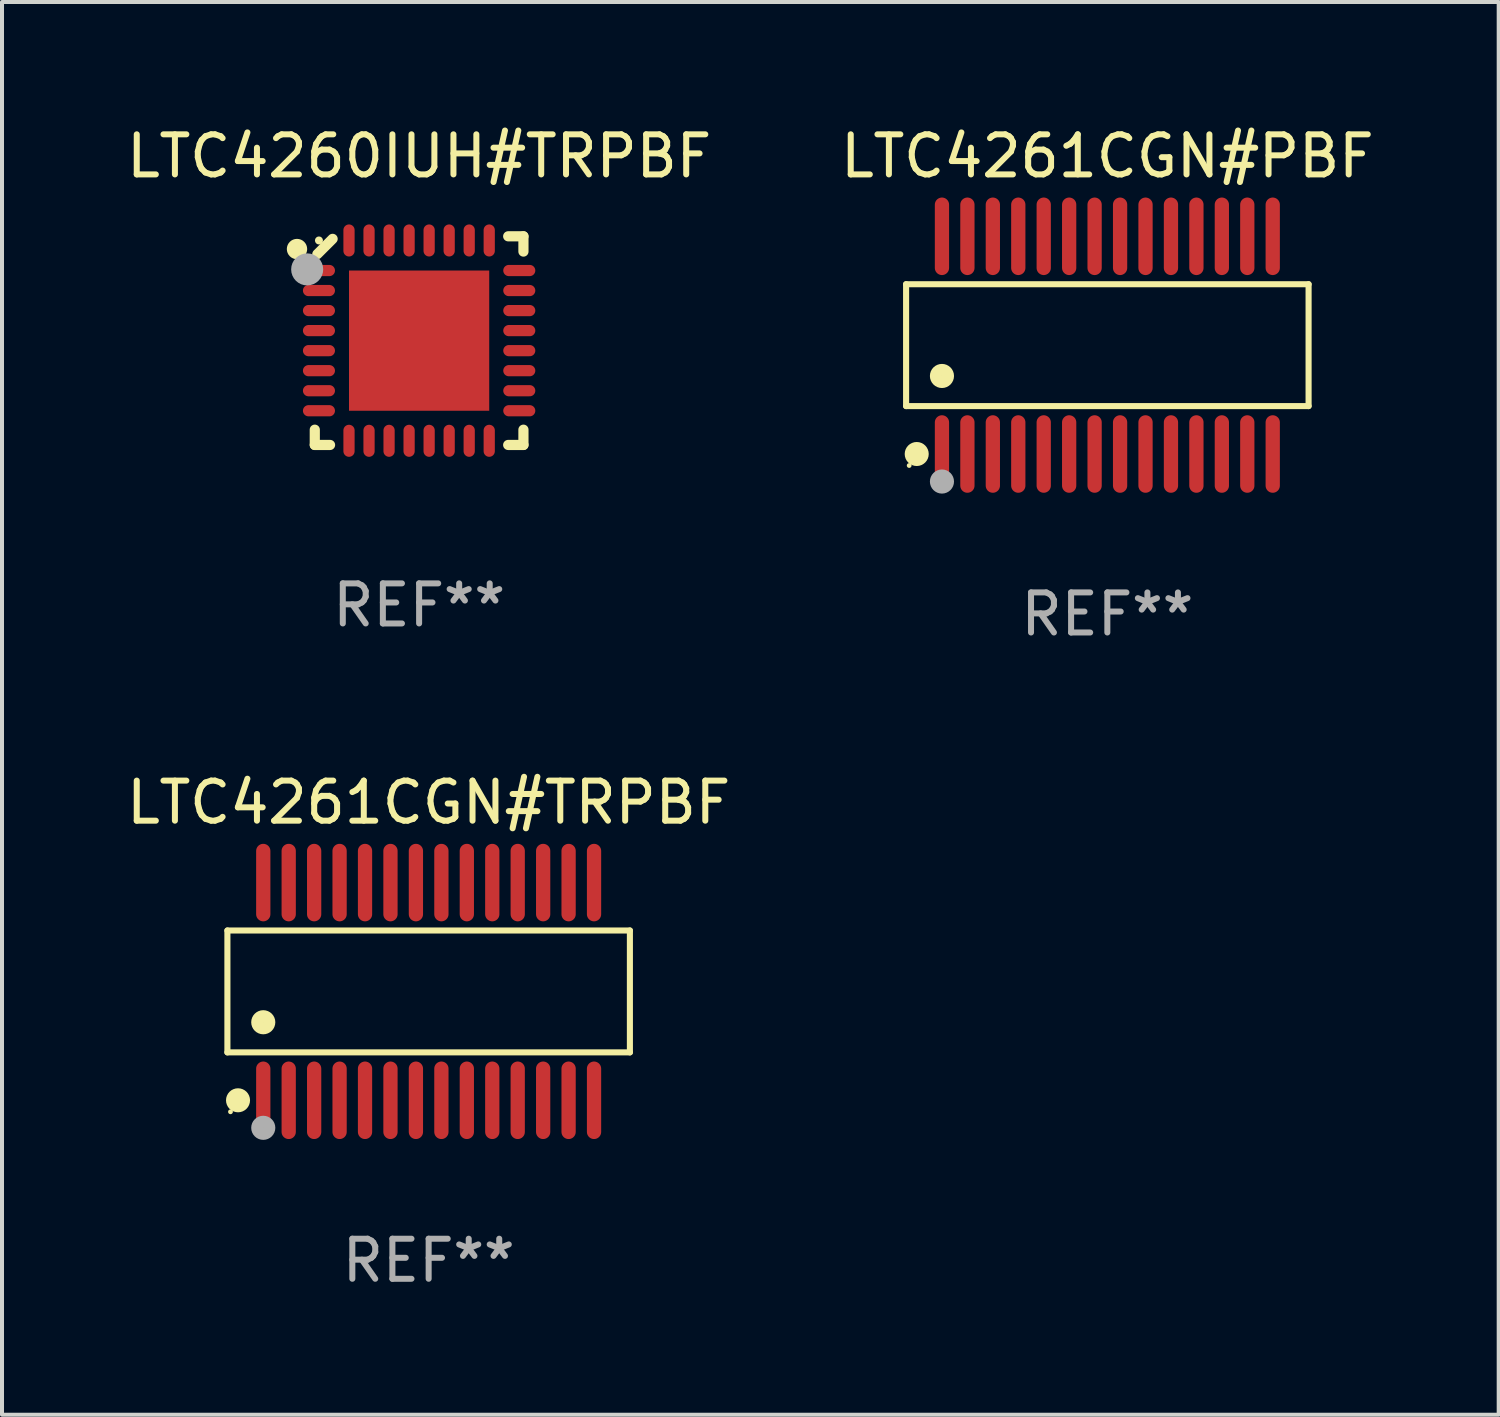
<source format=kicad_pcb>
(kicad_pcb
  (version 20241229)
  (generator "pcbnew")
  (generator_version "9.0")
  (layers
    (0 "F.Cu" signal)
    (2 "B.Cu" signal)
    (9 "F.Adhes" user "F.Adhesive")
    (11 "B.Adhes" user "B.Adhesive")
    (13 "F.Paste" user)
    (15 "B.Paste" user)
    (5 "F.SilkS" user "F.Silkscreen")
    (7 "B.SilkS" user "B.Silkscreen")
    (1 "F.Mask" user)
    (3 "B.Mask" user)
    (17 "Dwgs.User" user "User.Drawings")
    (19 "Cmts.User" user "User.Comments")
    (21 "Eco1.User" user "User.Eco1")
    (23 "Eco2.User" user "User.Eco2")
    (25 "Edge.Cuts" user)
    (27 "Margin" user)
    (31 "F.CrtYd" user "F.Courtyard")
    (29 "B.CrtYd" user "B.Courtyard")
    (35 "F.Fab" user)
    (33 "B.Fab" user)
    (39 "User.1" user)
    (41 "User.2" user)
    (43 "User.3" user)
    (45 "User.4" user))
  (footprint "LTC4261CGN#TRPBF"
    (layer "F.Cu")
    (at 7.649 21.696)
    (property "Reference" "LTC4261CGN#TRPBF" (at 0 -4.717 0) (layer "F.SilkS") (effects (font (size 1 1) (thickness 0.15))))
    (attr through_hole)
    (fp_line (start -5.023 -1.521) (end 5.023 -1.521) (stroke (width 0.152) (type solid)) (layer "F.SilkS"))
    (fp_line (start -5.023 1.521) (end -5.023 -1.521) (stroke (width 0.152) (type solid)) (layer "F.SilkS"))
    (fp_line (start 5.023 -1.521) (end 5.023 1.521) (stroke (width 0.152) (type solid)) (layer "F.SilkS"))
    (fp_line (start 5.023 1.521) (end -5.023 1.521) (stroke (width 0.152) (type solid)) (layer "F.SilkS"))
    (fp_circle (center -4.946 3.004) (end -4.916 3.004) (stroke (width 0.06) (type solid)) (fill no) (layer "F.SilkS"))
    (fp_circle (center -4.758 2.717) (end -4.608 2.717) (stroke (width 0.3) (type solid)) (fill no) (layer "F.SilkS"))
    (fp_circle (center -4.128 0.769) (end -3.977 0.769) (stroke (width 0.3) (type solid)) (fill no) (layer "F.SilkS"))
    (fp_circle (center -4.128 3.404) (end -3.977 3.404) (stroke (width 0.3) (type solid)) (fill no) (layer "F.Fab"))
    (fp_text user "REF**" (at 0 6.717 0) (layer "F.Fab") (effects (font (size 1 1) (thickness 0.15))))
    (pad "1" smd oval (at -4.128 2.717) (size 0.356 1.935) (layers "F.Cu" "F.Mask" "F.Paste"))
    (pad "2" smd oval (at -3.493 2.717) (size 0.356 1.935) (layers "F.Cu" "F.Mask" "F.Paste"))
    (pad "3" smd oval (at -2.858 2.717) (size 0.356 1.935) (layers "F.Cu" "F.Mask" "F.Paste"))
    (pad "4" smd oval (at -2.223 2.717) (size 0.356 1.935) (layers "F.Cu" "F.Mask" "F.Paste"))
    (pad "5" smd oval (at -1.588 2.717) (size 0.356 1.935) (layers "F.Cu" "F.Mask" "F.Paste"))
    (pad "6" smd oval (at -0.953 2.717) (size 0.356 1.935) (layers "F.Cu" "F.Mask" "F.Paste"))
    (pad "7" smd oval (at -0.318 2.717) (size 0.356 1.935) (layers "F.Cu" "F.Mask" "F.Paste"))
    (pad "8" smd oval (at 0.318 2.717) (size 0.356 1.935) (layers "F.Cu" "F.Mask" "F.Paste"))
    (pad "9" smd oval (at 0.953 2.717) (size 0.356 1.935) (layers "F.Cu" "F.Mask" "F.Paste"))
    (pad "10" smd oval (at 1.588 2.717) (size 0.356 1.935) (layers "F.Cu" "F.Mask" "F.Paste"))
    (pad "11" smd oval (at 2.223 2.717) (size 0.356 1.935) (layers "F.Cu" "F.Mask" "F.Paste"))
    (pad "12" smd oval (at 2.858 2.717) (size 0.356 1.935) (layers "F.Cu" "F.Mask" "F.Paste"))
    (pad "13" smd oval (at 3.493 2.717) (size 0.356 1.935) (layers "F.Cu" "F.Mask" "F.Paste"))
    (pad "14" smd oval (at 4.128 2.717) (size 0.356 1.935) (layers "F.Cu" "F.Mask" "F.Paste"))
    (pad "15" smd oval (at 4.128 -2.717) (size 0.356 1.935) (layers "F.Cu" "F.Mask" "F.Paste"))
    (pad "16" smd oval (at 3.493 -2.717) (size 0.356 1.935) (layers "F.Cu" "F.Mask" "F.Paste"))
    (pad "17" smd oval (at 2.858 -2.717) (size 0.356 1.935) (layers "F.Cu" "F.Mask" "F.Paste"))
    (pad "18" smd oval (at 2.223 -2.717) (size 0.356 1.935) (layers "F.Cu" "F.Mask" "F.Paste"))
    (pad "19" smd oval (at 1.588 -2.717) (size 0.356 1.935) (layers "F.Cu" "F.Mask" "F.Paste"))
    (pad "20" smd oval (at 0.953 -2.717) (size 0.356 1.935) (layers "F.Cu" "F.Mask" "F.Paste"))
    (pad "21" smd oval (at 0.318 -2.717) (size 0.356 1.935) (layers "F.Cu" "F.Mask" "F.Paste"))
    (pad "22" smd oval (at -0.318 -2.717) (size 0.356 1.935) (layers "F.Cu" "F.Mask" "F.Paste"))
    (pad "23" smd oval (at -0.953 -2.717) (size 0.356 1.935) (layers "F.Cu" "F.Mask" "F.Paste"))
    (pad "24" smd oval (at -1.588 -2.717) (size 0.356 1.935) (layers "F.Cu" "F.Mask" "F.Paste"))
    (pad "25" smd oval (at -2.223 -2.717) (size 0.356 1.935) (layers "F.Cu" "F.Mask" "F.Paste"))
    (pad "26" smd oval (at -2.858 -2.717) (size 0.356 1.935) (layers "F.Cu" "F.Mask" "F.Paste"))
    (pad "27" smd oval (at -3.493 -2.717) (size 0.356 1.935) (layers "F.Cu" "F.Mask" "F.Paste"))
    (pad "28" smd oval (at -4.128 -2.717) (size 0.356 1.935) (layers "F.Cu" "F.Mask" "F.Paste")))
  (footprint "LTC4260IUH#TRPBF"
    (layer "F.Cu")
    (at 7.411 5.452)
    (property "Reference" "LTC4260IUH#TRPBF" (at 0 -4.604 0) (layer "F.SilkS") (effects (font (size 1 1) (thickness 0.15))))
    (attr through_hole)
    (fp_line (start -2.604 2.223) (end -2.604 2.604) (stroke (width 0.254) (type solid)) (layer "F.SilkS"))
    (fp_line (start -2.604 2.604) (end -2.223 2.604) (stroke (width 0.254) (type solid)) (layer "F.SilkS"))
    (fp_line (start -2.159 -2.54) (end -2.54 -2.159) (stroke (width 0.254) (type solid)) (layer "F.SilkS"))
    (fp_line (start 2.223 2.604) (end 2.604 2.604) (stroke (width 0.254) (type solid)) (layer "F.SilkS"))
    (fp_line (start 2.604 -2.604) (end 2.223 -2.604) (stroke (width 0.254) (type solid)) (layer "F.SilkS"))
    (fp_line (start 2.604 -2.223) (end 2.604 -2.604) (stroke (width 0.254) (type solid)) (layer "F.SilkS"))
    (fp_line (start 2.604 2.604) (end 2.604 2.223) (stroke (width 0.254) (type solid)) (layer "F.SilkS"))
    (fp_circle (center -3.048 -2.286) (end -2.921 -2.286) (stroke (width 0.254) (type solid)) (fill no) (layer "F.SilkS"))
    (fp_circle (center -2.5 -2.5) (end -2.45 -2.5) (stroke (width 0.1) (type solid)) (fill no) (layer "F.SilkS"))
    (fp_circle (center -2.794 -1.778) (end -2.594 -1.778) (stroke (width 0.4) (type solid)) (fill no) (layer "F.Fab"))
    (fp_text user "REF**" (at 0 6.604 0) (layer "F.Fab") (effects (font (size 1 1) (thickness 0.15))))
    (pad "1" smd oval (at -2.5 -1.75) (size 0.8 0.28) (layers "F.Cu" "F.Mask" "F.Paste"))
    (pad "2" smd oval (at -2.5 -1.25) (size 0.8 0.28) (layers "F.Cu" "F.Mask" "F.Paste"))
    (pad "3" smd oval (at -2.5 -0.75) (size 0.8 0.28) (layers "F.Cu" "F.Mask" "F.Paste"))
    (pad "4" smd oval (at -2.5 -0.25) (size 0.8 0.28) (layers "F.Cu" "F.Mask" "F.Paste"))
    (pad "5" smd oval (at -2.5 0.25) (size 0.8 0.28) (layers "F.Cu" "F.Mask" "F.Paste"))
    (pad "6" smd oval (at -2.5 0.75) (size 0.8 0.28) (layers "F.Cu" "F.Mask" "F.Paste"))
    (pad "7" smd oval (at -2.5 1.25) (size 0.8 0.28) (layers "F.Cu" "F.Mask" "F.Paste"))
    (pad "8" smd oval (at -2.5 1.75) (size 0.8 0.28) (layers "F.Cu" "F.Mask" "F.Paste"))
    (pad "9" smd oval (at -1.75 2.5) (size 0.28 0.8) (layers "F.Cu" "F.Mask" "F.Paste"))
    (pad "10" smd oval (at -1.25 2.5) (size 0.28 0.8) (layers "F.Cu" "F.Mask" "F.Paste"))
    (pad "11" smd oval (at -0.75 2.5) (size 0.28 0.8) (layers "F.Cu" "F.Mask" "F.Paste"))
    (pad "12" smd oval (at -0.25 2.5) (size 0.28 0.8) (layers "F.Cu" "F.Mask" "F.Paste"))
    (pad "13" smd oval (at 0.25 2.5) (size 0.28 0.8) (layers "F.Cu" "F.Mask" "F.Paste"))
    (pad "14" smd oval (at 0.75 2.5) (size 0.28 0.8) (layers "F.Cu" "F.Mask" "F.Paste"))
    (pad "15" smd oval (at 1.25 2.5) (size 0.28 0.8) (layers "F.Cu" "F.Mask" "F.Paste"))
    (pad "16" smd oval (at 1.75 2.5) (size 0.28 0.8) (layers "F.Cu" "F.Mask" "F.Paste"))
    (pad "17" smd oval (at 2.5 1.75) (size 0.8 0.28) (layers "F.Cu" "F.Mask" "F.Paste"))
    (pad "18" smd oval (at 2.5 1.25) (size 0.8 0.28) (layers "F.Cu" "F.Mask" "F.Paste"))
    (pad "19" smd oval (at 2.5 0.75) (size 0.8 0.28) (layers "F.Cu" "F.Mask" "F.Paste"))
    (pad "20" smd oval (at 2.5 0.25) (size 0.8 0.28) (layers "F.Cu" "F.Mask" "F.Paste"))
    (pad "21" smd oval (at 2.5 -0.25) (size 0.8 0.28) (layers "F.Cu" "F.Mask" "F.Paste"))
    (pad "22" smd oval (at 2.5 -0.75) (size 0.8 0.28) (layers "F.Cu" "F.Mask" "F.Paste"))
    (pad "23" smd oval (at 2.5 -1.25) (size 0.8 0.28) (layers "F.Cu" "F.Mask" "F.Paste"))
    (pad "24" smd oval (at 2.5 -1.75) (size 0.8 0.28) (layers "F.Cu" "F.Mask" "F.Paste"))
    (pad "25" smd oval (at 1.75 -2.5) (size 0.28 0.8) (layers "F.Cu" "F.Mask" "F.Paste"))
    (pad "26" smd oval (at 1.25 -2.5) (size 0.28 0.8) (layers "F.Cu" "F.Mask" "F.Paste"))
    (pad "27" smd oval (at 0.75 -2.5) (size 0.28 0.8) (layers "F.Cu" "F.Mask" "F.Paste"))
    (pad "28" smd oval (at 0.25 -2.5) (size 0.28 0.8) (layers "F.Cu" "F.Mask" "F.Paste"))
    (pad "29" smd oval (at -0.25 -2.5) (size 0.28 0.8) (layers "F.Cu" "F.Mask" "F.Paste"))
    (pad "30" smd oval (at -0.75 -2.5) (size 0.28 0.8) (layers "F.Cu" "F.Mask" "F.Paste"))
    (pad "31" smd oval (at -1.25 -2.5) (size 0.28 0.8) (layers "F.Cu" "F.Mask" "F.Paste"))
    (pad "32" smd oval (at -1.75 -2.5) (size 0.28 0.8) (layers "F.Cu" "F.Mask" "F.Paste"))
    (pad "33" smd rect (at 0.000076 0.000076) (size 3.5 3.5) (layers "F.Cu" "F.Mask" "F.Paste")))
  (footprint "LTC4261CGN#PBF"
    (layer "F.Cu")
    (at 24.589 5.565)
    (property "Reference" "LTC4261CGN#PBF" (at 0 -4.717 0) (layer "F.SilkS") (effects (font (size 1 1) (thickness 0.15))))
    (attr through_hole)
    (fp_line (start -5.023 -1.521) (end 5.023 -1.521) (stroke (width 0.152) (type solid)) (layer "F.SilkS"))
    (fp_line (start -5.023 1.521) (end -5.023 -1.521) (stroke (width 0.152) (type solid)) (layer "F.SilkS"))
    (fp_line (start 5.023 -1.521) (end 5.023 1.521) (stroke (width 0.152) (type solid)) (layer "F.SilkS"))
    (fp_line (start 5.023 1.521) (end -5.023 1.521) (stroke (width 0.152) (type solid)) (layer "F.SilkS"))
    (fp_circle (center -4.946 3.004) (end -4.916 3.004) (stroke (width 0.06) (type solid)) (fill no) (layer "F.SilkS"))
    (fp_circle (center -4.758 2.717) (end -4.608 2.717) (stroke (width 0.3) (type solid)) (fill no) (layer "F.SilkS"))
    (fp_circle (center -4.128 0.769) (end -3.977 0.769) (stroke (width 0.3) (type solid)) (fill no) (layer "F.SilkS"))
    (fp_circle (center -4.128 3.404) (end -3.977 3.404) (stroke (width 0.3) (type solid)) (fill no) (layer "F.Fab"))
    (fp_text user "REF**" (at 0 6.717 0) (layer "F.Fab") (effects (font (size 1 1) (thickness 0.15))))
    (pad "1" smd oval (at -4.128 2.717) (size 0.356 1.935) (layers "F.Cu" "F.Mask" "F.Paste"))
    (pad "2" smd oval (at -3.493 2.717) (size 0.356 1.935) (layers "F.Cu" "F.Mask" "F.Paste"))
    (pad "3" smd oval (at -2.858 2.717) (size 0.356 1.935) (layers "F.Cu" "F.Mask" "F.Paste"))
    (pad "4" smd oval (at -2.223 2.717) (size 0.356 1.935) (layers "F.Cu" "F.Mask" "F.Paste"))
    (pad "5" smd oval (at -1.588 2.717) (size 0.356 1.935) (layers "F.Cu" "F.Mask" "F.Paste"))
    (pad "6" smd oval (at -0.953 2.717) (size 0.356 1.935) (layers "F.Cu" "F.Mask" "F.Paste"))
    (pad "7" smd oval (at -0.318 2.717) (size 0.356 1.935) (layers "F.Cu" "F.Mask" "F.Paste"))
    (pad "8" smd oval (at 0.318 2.717) (size 0.356 1.935) (layers "F.Cu" "F.Mask" "F.Paste"))
    (pad "9" smd oval (at 0.953 2.717) (size 0.356 1.935) (layers "F.Cu" "F.Mask" "F.Paste"))
    (pad "10" smd oval (at 1.588 2.717) (size 0.356 1.935) (layers "F.Cu" "F.Mask" "F.Paste"))
    (pad "11" smd oval (at 2.223 2.717) (size 0.356 1.935) (layers "F.Cu" "F.Mask" "F.Paste"))
    (pad "12" smd oval (at 2.858 2.717) (size 0.356 1.935) (layers "F.Cu" "F.Mask" "F.Paste"))
    (pad "13" smd oval (at 3.493 2.717) (size 0.356 1.935) (layers "F.Cu" "F.Mask" "F.Paste"))
    (pad "14" smd oval (at 4.128 2.717) (size 0.356 1.935) (layers "F.Cu" "F.Mask" "F.Paste"))
    (pad "15" smd oval (at 4.128 -2.717) (size 0.356 1.935) (layers "F.Cu" "F.Mask" "F.Paste"))
    (pad "16" smd oval (at 3.493 -2.717) (size 0.356 1.935) (layers "F.Cu" "F.Mask" "F.Paste"))
    (pad "17" smd oval (at 2.858 -2.717) (size 0.356 1.935) (layers "F.Cu" "F.Mask" "F.Paste"))
    (pad "18" smd oval (at 2.223 -2.717) (size 0.356 1.935) (layers "F.Cu" "F.Mask" "F.Paste"))
    (pad "19" smd oval (at 1.588 -2.717) (size 0.356 1.935) (layers "F.Cu" "F.Mask" "F.Paste"))
    (pad "20" smd oval (at 0.953 -2.717) (size 0.356 1.935) (layers "F.Cu" "F.Mask" "F.Paste"))
    (pad "21" smd oval (at 0.318 -2.717) (size 0.356 1.935) (layers "F.Cu" "F.Mask" "F.Paste"))
    (pad "22" smd oval (at -0.318 -2.717) (size 0.356 1.935) (layers "F.Cu" "F.Mask" "F.Paste"))
    (pad "23" smd oval (at -0.953 -2.717) (size 0.356 1.935) (layers "F.Cu" "F.Mask" "F.Paste"))
    (pad "24" smd oval (at -1.588 -2.717) (size 0.356 1.935) (layers "F.Cu" "F.Mask" "F.Paste"))
    (pad "25" smd oval (at -2.223 -2.717) (size 0.356 1.935) (layers "F.Cu" "F.Mask" "F.Paste"))
    (pad "26" smd oval (at -2.858 -2.717) (size 0.356 1.935) (layers "F.Cu" "F.Mask" "F.Paste"))
    (pad "27" smd oval (at -3.493 -2.717) (size 0.356 1.935) (layers "F.Cu" "F.Mask" "F.Paste"))
    (pad "28" smd oval (at -4.128 -2.717) (size 0.356 1.935) (layers "F.Cu" "F.Mask" "F.Paste")))
  (gr_rect
    (start -3 -3)
    (end 34.357 32.261)
    (stroke (width 0.1) (type default))
    (fill no)
    (layer "Edge.Cuts")))
</source>
